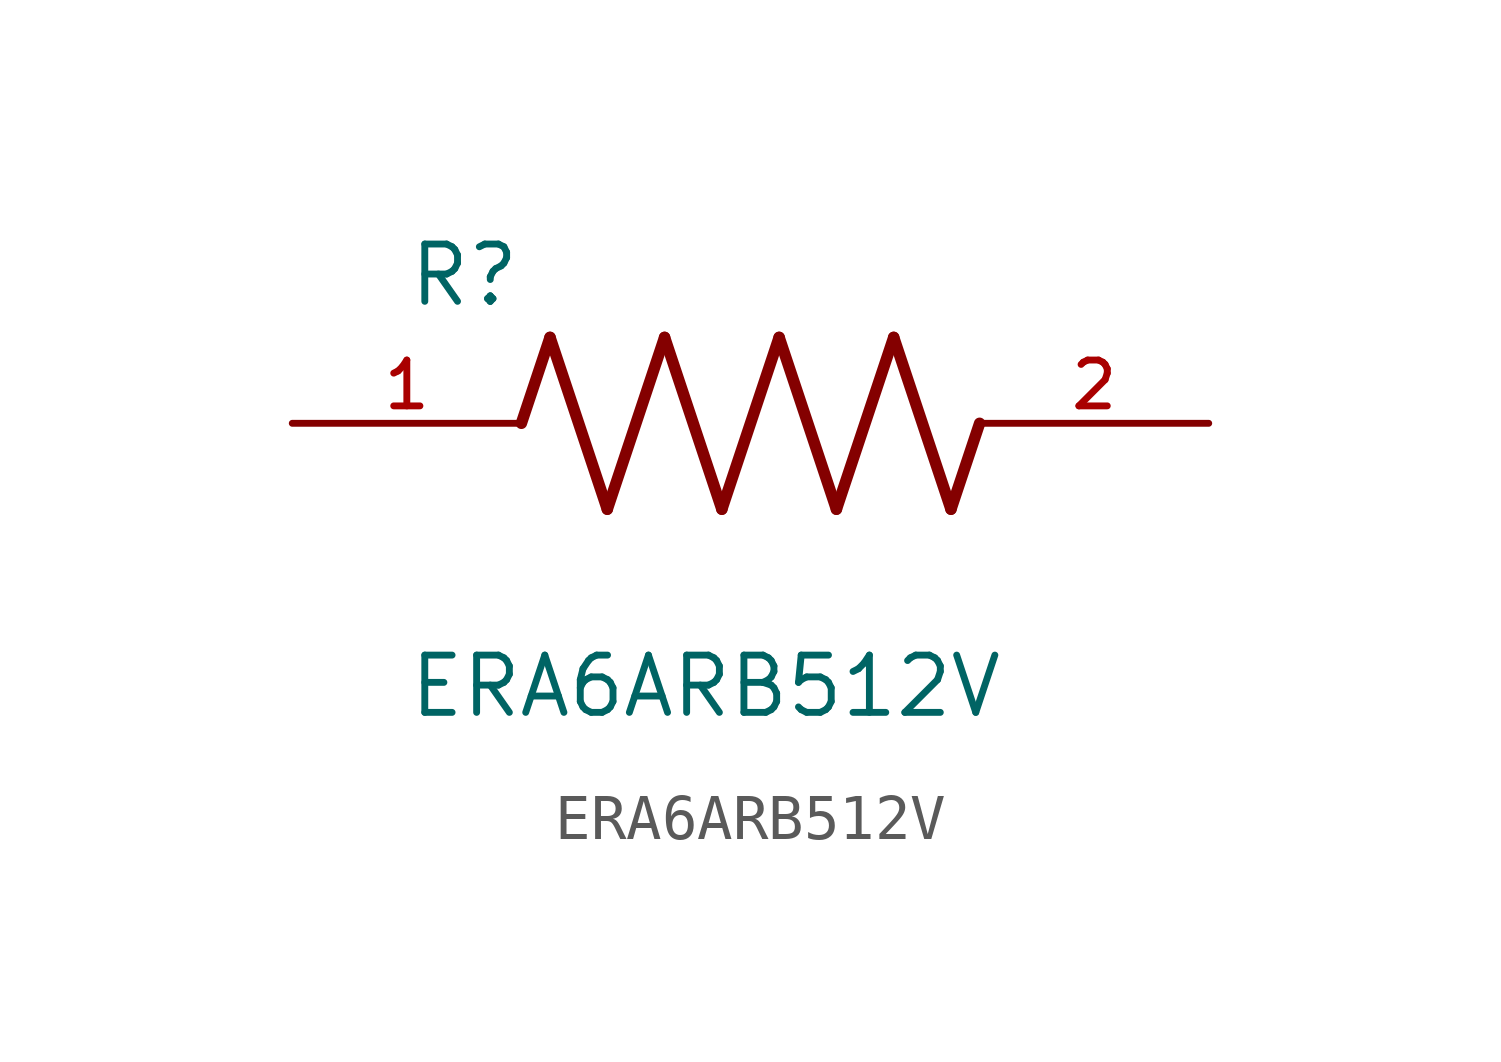
<source format=kicad_sym>
(kicad_symbol_lib
  (version 20211014)
  (generator kicad_symbol_editor)
  (symbol "ERA6ARB512V"
    (pin_names
      (offset 1.016))
    (property "Reference" "R"
      (at -7.624 2.541 0)
      (effects (font (size 1.27 1.27)) (justify bottom left)))
    (property "Value" "ERA6ARB512V"
      (at -7.624 -5.087 0)
      (effects (font (size 1.27 1.27)) (justify top left)))
    (symbol "ERA6ARB512V_0_0"
      (polyline (pts (xy -5.08 0.0) (xy -4.445 1.905)) (stroke (width 0.254)))
      (polyline (pts (xy -4.445 1.905) (xy -3.175 -1.905)) (stroke (width 0.254)))
      (polyline (pts (xy -3.175 -1.905) (xy -1.905 1.905)) (stroke (width 0.254)))
      (polyline (pts (xy -1.905 1.905) (xy -0.635 -1.905)) (stroke (width 0.254)))
      (polyline (pts (xy -0.635 -1.905) (xy 0.635 1.905)) (stroke (width 0.254)))
      (polyline (pts (xy 0.635 1.905) (xy 1.905 -1.905)) (stroke (width 0.254)))
      (polyline (pts (xy 1.905 -1.905) (xy 3.175 1.905)) (stroke (width 0.254)))
      (polyline (pts (xy 3.175 1.905) (xy 4.445 -1.905)) (stroke (width 0.254)))
      (polyline (pts (xy 4.445 -1.905) (xy 5.08 0.0)) (stroke (width 0.254)))
      (pin passive line (at -10.16 0.0 0) (length 5.08) (name "~" (effects (font (size 1.016 1.016)))) (number "1" (effects (font (size 1.016 1.016)))))
      (pin passive line (at 10.16 0.0 180.0) (length 5.08) (name "~" (effects (font (size 1.016 1.016)))) (number "2" (effects (font (size 1.016 1.016))))))))
</source>
